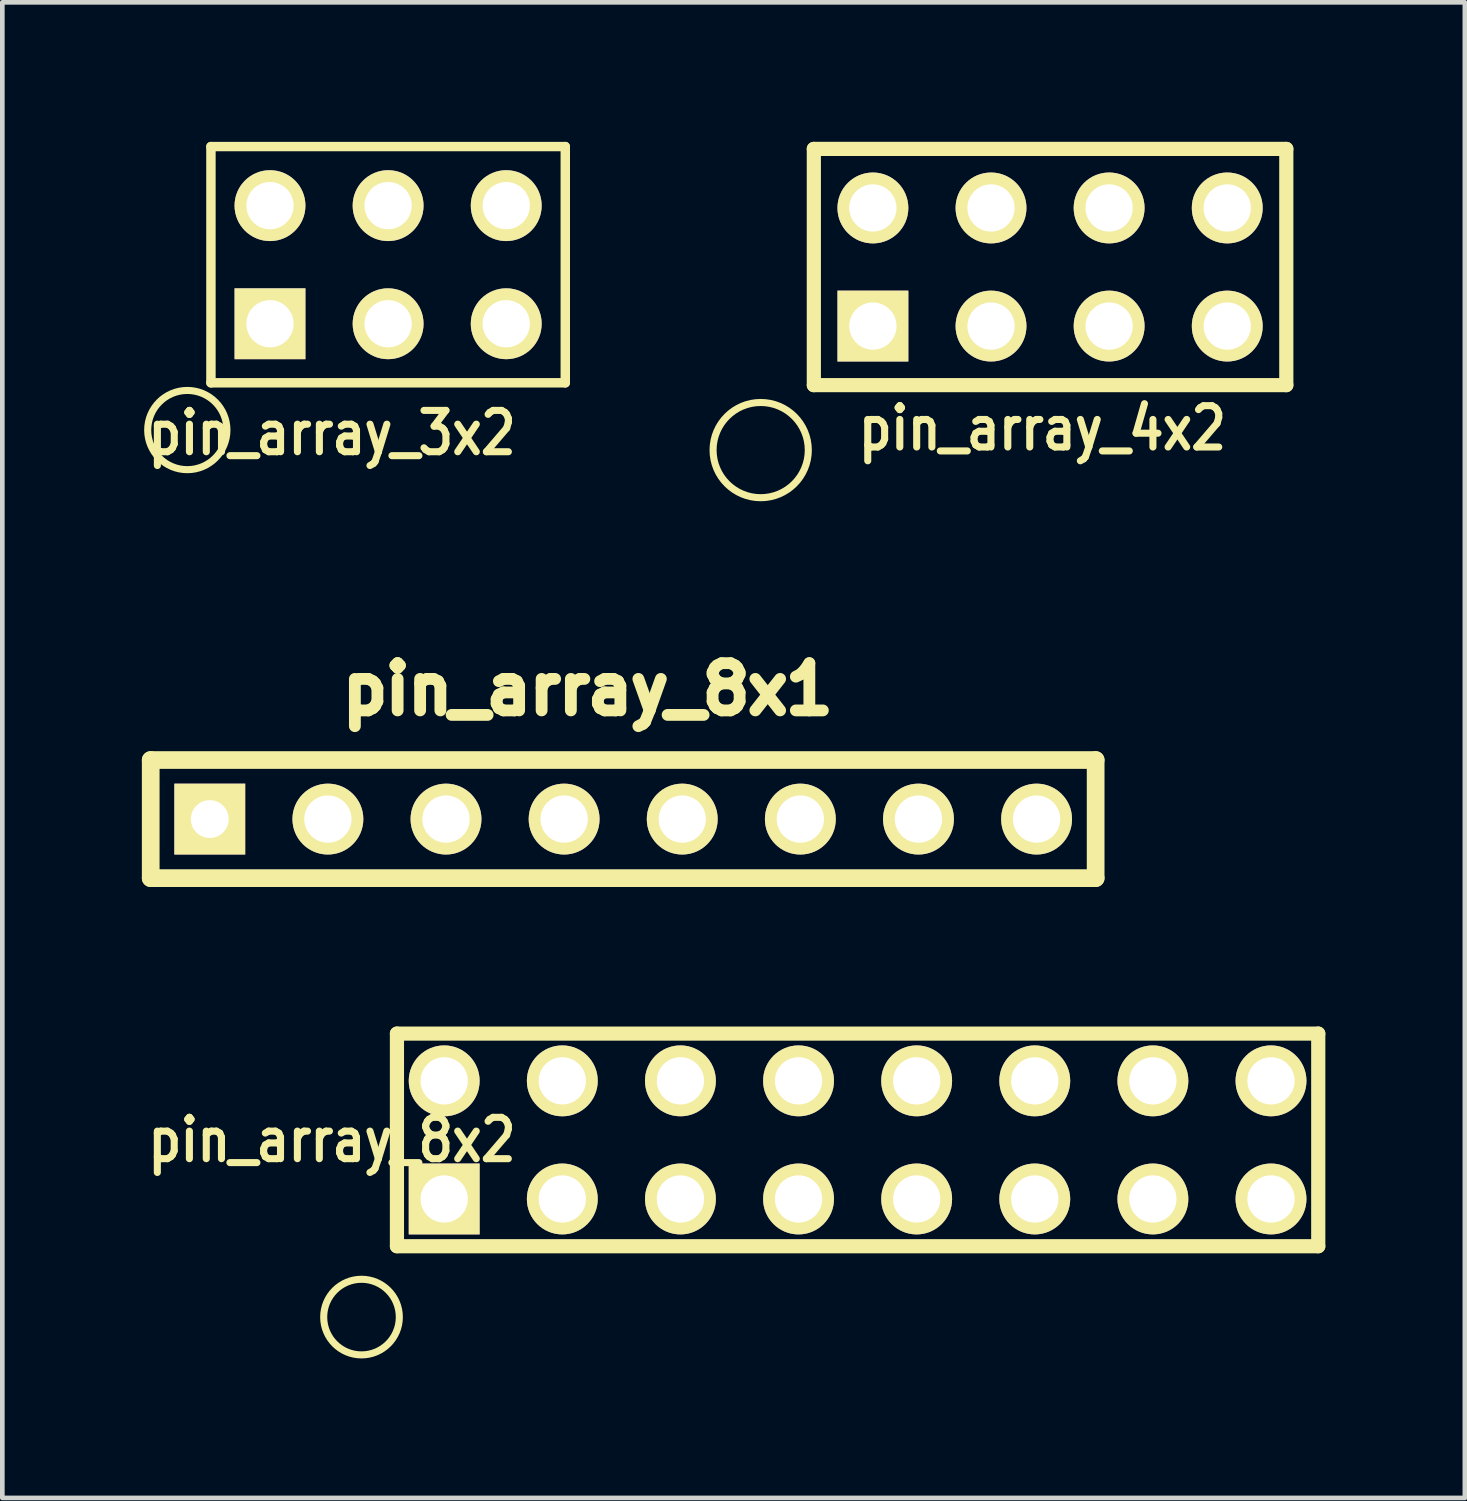
<source format=kicad_pcb>
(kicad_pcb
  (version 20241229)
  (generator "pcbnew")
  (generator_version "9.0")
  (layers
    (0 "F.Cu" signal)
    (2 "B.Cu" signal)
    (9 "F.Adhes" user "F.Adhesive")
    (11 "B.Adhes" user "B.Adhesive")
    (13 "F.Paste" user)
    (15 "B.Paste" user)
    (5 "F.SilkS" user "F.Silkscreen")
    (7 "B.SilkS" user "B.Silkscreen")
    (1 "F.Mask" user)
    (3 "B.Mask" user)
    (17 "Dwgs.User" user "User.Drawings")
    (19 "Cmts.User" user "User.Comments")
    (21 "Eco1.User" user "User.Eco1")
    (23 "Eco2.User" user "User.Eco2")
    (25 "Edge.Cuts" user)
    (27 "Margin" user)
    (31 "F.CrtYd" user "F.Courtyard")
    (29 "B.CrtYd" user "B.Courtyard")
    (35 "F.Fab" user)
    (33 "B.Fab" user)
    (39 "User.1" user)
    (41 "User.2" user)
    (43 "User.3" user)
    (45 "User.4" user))
  (footprint "pin_array_3x2"
    (layer "F.Cu")
    (at 5.296 2.642)
    (property "Reference" "pin_array_3x2" (at -1.206 3.619 0) (layer "F.SilkS") (effects (font (size 0.889 0.762) (thickness 0.152))))
    (attr through_hole)
    (fp_line (start -3.81 -2.54) (end 3.81 -2.54) (stroke (width 0.203) (type solid)) (layer "F.SilkS"))
    (fp_line (start -3.81 2.54) (end -3.81 -2.54) (stroke (width 0.203) (type solid)) (layer "F.SilkS"))
    (fp_line (start 3.81 -2.54) (end 3.81 2.54) (stroke (width 0.203) (type solid)) (layer "F.SilkS"))
    (fp_line (start 3.81 2.54) (end -3.81 2.54) (stroke (width 0.203) (type solid)) (layer "F.SilkS"))
    (fp_circle (center -4.318 3.556) (end -3.556 3.175) (stroke (width 0.152) (type solid)) (fill no) (layer "F.SilkS"))
    (pad "1" thru_hole rect (at -2.54 1.27) (size 1.524 1.524) (drill 1.016) (layers "*.Cu" "*.Mask" "F.SilkS"))
    (pad "2" thru_hole circle (at -2.54 -1.27) (size 1.524 1.524) (drill 1.016) (layers "*.Cu" "*.Mask" "F.SilkS"))
    (pad "3" thru_hole circle (at 0 1.27) (size 1.524 1.524) (drill 1.016) (layers "*.Cu" "*.Mask" "F.SilkS"))
    (pad "4" thru_hole circle (at 0 -1.27) (size 1.524 1.524) (drill 1.016) (layers "*.Cu" "*.Mask" "F.SilkS"))
    (pad "5" thru_hole circle (at 2.54 1.27) (size 1.524 1.524) (drill 1.016) (layers "*.Cu" "*.Mask" "F.SilkS"))
    (pad "6" thru_hole circle (at 2.54 -1.27) (size 1.524 1.524) (drill 1.016) (layers "*.Cu" "*.Mask" "F.SilkS")))
  (footprint "pin_array_8x1"
    (layer "F.Cu")
    (at 10.351 14.564)
    (property "Reference" "pin_array_8x1" (at -0.762 -2.794 0) (layer "F.SilkS") (effects (font (size 1.016 1.016) (thickness 0.254))))
    (attr through_hole)
    (fp_line (start -10.16 -1.27) (end 10.16 -1.27) (stroke (width 0.381) (type solid)) (layer "F.SilkS"))
    (fp_line (start -10.16 1.27) (end -10.16 -1.27) (stroke (width 0.381) (type solid)) (layer "F.SilkS"))
    (fp_line (start 10.16 -1.27) (end 10.16 1.27) (stroke (width 0.381) (type solid)) (layer "F.SilkS"))
    (fp_line (start 10.16 1.27) (end -10.16 1.27) (stroke (width 0.381) (type solid)) (layer "F.SilkS"))
    (pad "1" thru_hole rect (at -8.89 0) (size 1.524 1.524) (drill 0.813) (layers "*.Cu" "*.Mask" "F.SilkS"))
    (pad "2" thru_hole circle (at -6.35 0) (size 1.524 1.524) (drill 1.016) (layers "*.Cu" "*.Mask" "F.SilkS"))
    (pad "3" thru_hole circle (at -3.81 0) (size 1.524 1.524) (drill 1.016) (layers "*.Cu" "*.Mask" "F.SilkS"))
    (pad "4" thru_hole circle (at -1.27 0) (size 1.524 1.524) (drill 1.016) (layers "*.Cu" "*.Mask" "F.SilkS"))
    (pad "5" thru_hole circle (at 1.27 0) (size 1.524 1.524) (drill 1.016) (layers "*.Cu" "*.Mask" "F.SilkS"))
    (pad "6" thru_hole circle (at 3.81 0) (size 1.524 1.524) (drill 1.016) (layers "*.Cu" "*.Mask" "F.SilkS"))
    (pad "7" thru_hole circle (at 6.35 0) (size 1.524 1.524) (drill 1.016) (layers "*.Cu" "*.Mask" "F.SilkS"))
    (pad "8" thru_hole circle (at 8.89 0) (size 1.524 1.524) (drill 1.016) (layers "*.Cu" "*.Mask" "F.SilkS")))
  (footprint "pin_array_8x2"
    (layer "F.Cu")
    (at 15.392 21.463)
    (property "Reference" "pin_array_8x2" (at -11.303 0 0) (layer "F.SilkS") (effects (font (size 0.889 0.762) (thickness 0.152))))
    (attr through_hole)
    (fp_line (start -9.906 -2.286) (end 9.906 -2.286) (stroke (width 0.305) (type solid)) (layer "F.SilkS"))
    (fp_line (start -9.906 2.286) (end -9.906 -2.286) (stroke (width 0.305) (type solid)) (layer "F.SilkS"))
    (fp_line (start 9.906 -2.286) (end 9.906 2.286) (stroke (width 0.305) (type solid)) (layer "F.SilkS"))
    (fp_line (start 9.906 2.286) (end -9.906 2.286) (stroke (width 0.305) (type solid)) (layer "F.SilkS"))
    (fp_circle (center -10.668 3.81) (end -10.16 3.175) (stroke (width 0.152) (type solid)) (fill no) (layer "F.SilkS"))
    (pad "1" thru_hole rect (at -8.89 1.27) (size 1.524 1.524) (drill 1.016) (layers "*.Cu" "*.Mask" "F.SilkS"))
    (pad "2" thru_hole circle (at -8.89 -1.27) (size 1.524 1.524) (drill 1.016) (layers "*.Cu" "*.Mask" "F.SilkS"))
    (pad "3" thru_hole circle (at -6.35 1.27) (size 1.524 1.524) (drill 1.016) (layers "*.Cu" "*.Mask" "F.SilkS"))
    (pad "4" thru_hole circle (at -6.35 -1.27) (size 1.524 1.524) (drill 1.016) (layers "*.Cu" "*.Mask" "F.SilkS"))
    (pad "5" thru_hole circle (at -3.81 1.27) (size 1.524 1.524) (drill 1.016) (layers "*.Cu" "*.Mask" "F.SilkS"))
    (pad "6" thru_hole circle (at -3.81 -1.27) (size 1.524 1.524) (drill 1.016) (layers "*.Cu" "*.Mask" "F.SilkS"))
    (pad "7" thru_hole circle (at -1.27 1.27) (size 1.524 1.524) (drill 1.016) (layers "*.Cu" "*.Mask" "F.SilkS"))
    (pad "8" thru_hole circle (at -1.27 -1.27) (size 1.524 1.524) (drill 1.016) (layers "*.Cu" "*.Mask" "F.SilkS"))
    (pad "9" thru_hole circle (at 1.27 1.27) (size 1.524 1.524) (drill 1.016) (layers "*.Cu" "*.Mask" "F.SilkS"))
    (pad "10" thru_hole circle (at 1.27 -1.27) (size 1.524 1.524) (drill 1.016) (layers "*.Cu" "*.Mask" "F.SilkS"))
    (pad "11" thru_hole circle (at 3.81 1.27) (size 1.524 1.524) (drill 1.016) (layers "*.Cu" "*.Mask" "F.SilkS"))
    (pad "12" thru_hole circle (at 3.81 -1.27) (size 1.524 1.524) (drill 1.016) (layers "*.Cu" "*.Mask" "F.SilkS"))
    (pad "13" thru_hole circle (at 6.35 1.27) (size 1.524 1.524) (drill 1.016) (layers "*.Cu" "*.Mask" "F.SilkS"))
    (pad "14" thru_hole circle (at 6.35 -1.27) (size 1.524 1.524) (drill 1.016) (layers "*.Cu" "*.Mask" "F.SilkS"))
    (pad "15" thru_hole circle (at 8.89 1.27) (size 1.524 1.524) (drill 1.016) (layers "*.Cu" "*.Mask" "F.SilkS"))
    (pad "16" thru_hole circle (at 8.89 -1.27) (size 1.524 1.524) (drill 1.016) (layers "*.Cu" "*.Mask" "F.SilkS")))
  (footprint "pin_array_4x2"
    (layer "F.Cu")
    (at 19.531 2.692)
    (property "Reference" "pin_array_4x2" (at -0.165 3.467 0) (layer "F.SilkS") (effects (font (size 0.889 0.762) (thickness 0.152))))
    (attr through_hole)
    (fp_line (start -5.08 -2.54) (end 5.08 -2.54) (stroke (width 0.305) (type solid)) (layer "F.SilkS"))
    (fp_line (start -5.08 2.54) (end -5.08 -2.54) (stroke (width 0.305) (type solid)) (layer "F.SilkS"))
    (fp_line (start 5.08 -2.54) (end 5.08 2.54) (stroke (width 0.305) (type solid)) (layer "F.SilkS"))
    (fp_line (start 5.08 2.54) (end -5.08 2.54) (stroke (width 0.305) (type solid)) (layer "F.SilkS"))
    (fp_circle (center -6.223 3.937) (end -5.334 3.429) (stroke (width 0.152) (type solid)) (fill no) (layer "F.SilkS"))
    (pad "1" thru_hole rect (at -3.81 1.27) (size 1.524 1.524) (drill 1.016) (layers "*.Cu" "*.Mask" "F.SilkS"))
    (pad "2" thru_hole circle (at -3.81 -1.27) (size 1.524 1.524) (drill 1.016) (layers "*.Cu" "*.Mask" "F.SilkS"))
    (pad "3" thru_hole circle (at -1.27 1.27) (size 1.524 1.524) (drill 1.016) (layers "*.Cu" "*.Mask" "F.SilkS"))
    (pad "4" thru_hole circle (at -1.27 -1.27) (size 1.524 1.524) (drill 1.016) (layers "*.Cu" "*.Mask" "F.SilkS"))
    (pad "5" thru_hole circle (at 1.27 1.27) (size 1.524 1.524) (drill 1.016) (layers "*.Cu" "*.Mask" "F.SilkS"))
    (pad "6" thru_hole circle (at 1.27 -1.27) (size 1.524 1.524) (drill 1.016) (layers "*.Cu" "*.Mask" "F.SilkS"))
    (pad "7" thru_hole circle (at 3.81 1.27) (size 1.524 1.524) (drill 1.016) (layers "*.Cu" "*.Mask" "F.SilkS"))
    (pad "8" thru_hole circle (at 3.81 -1.27) (size 1.524 1.524) (drill 1.016) (layers "*.Cu" "*.Mask" "F.SilkS")))
  (gr_rect
    (start -3 -3)
    (end 28.451 29.162)
    (stroke (width 0.1) (type default))
    (fill no)
    (layer "Edge.Cuts")))
</source>
